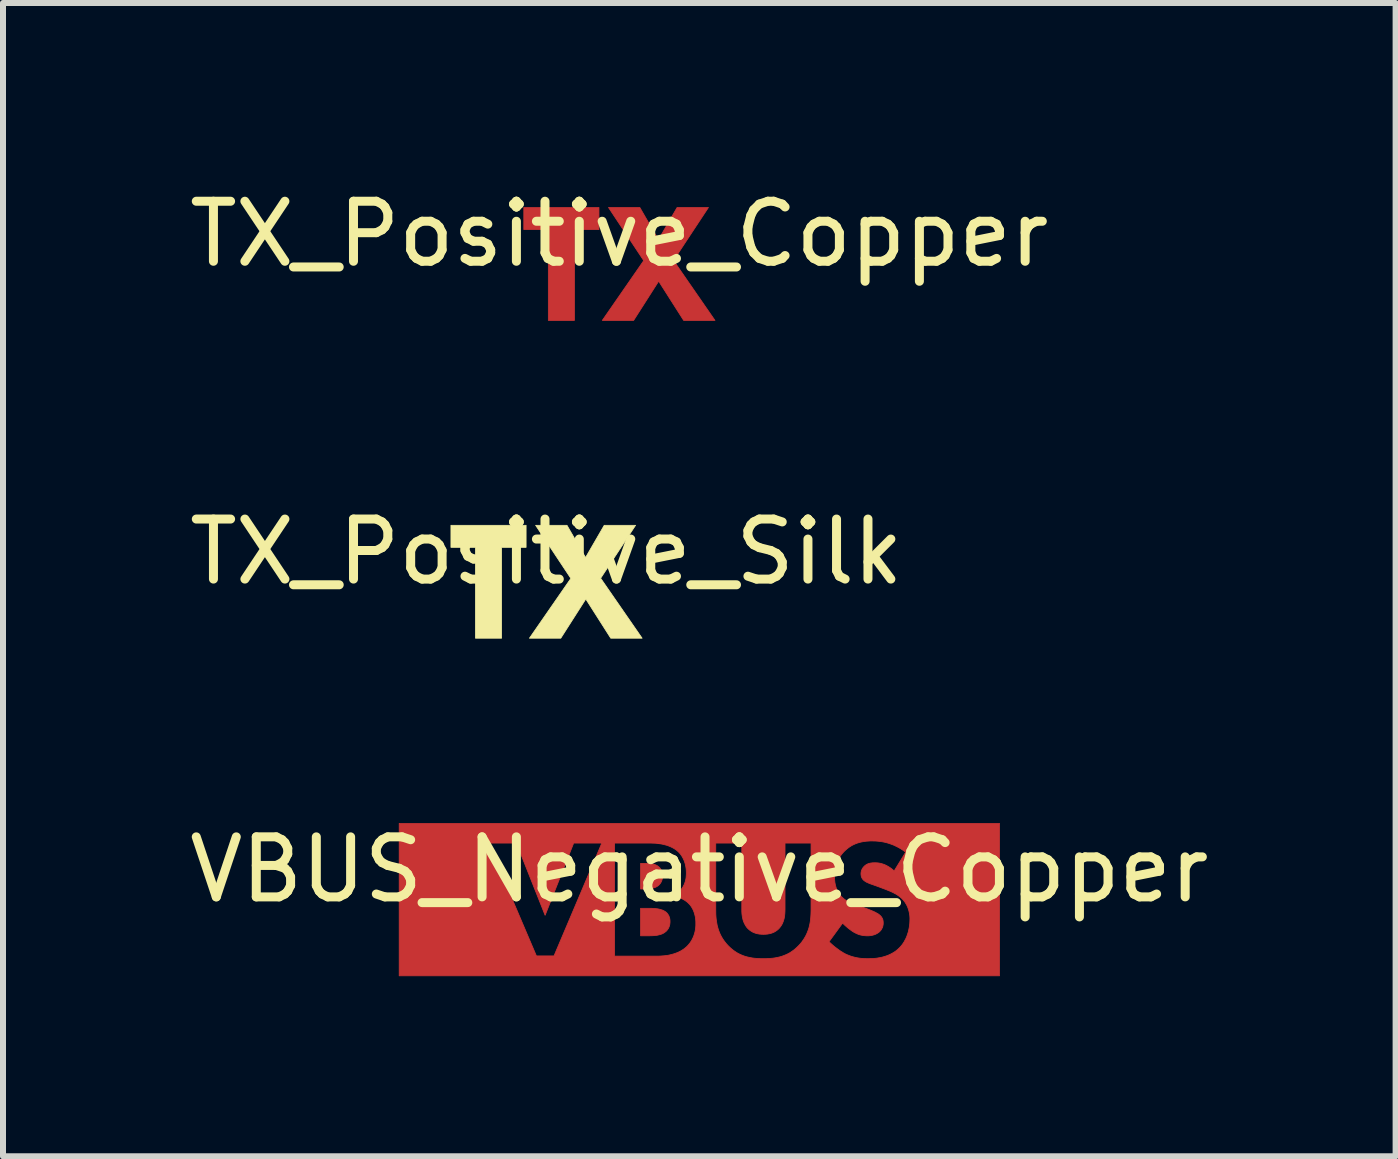
<source format=kicad_pcb>
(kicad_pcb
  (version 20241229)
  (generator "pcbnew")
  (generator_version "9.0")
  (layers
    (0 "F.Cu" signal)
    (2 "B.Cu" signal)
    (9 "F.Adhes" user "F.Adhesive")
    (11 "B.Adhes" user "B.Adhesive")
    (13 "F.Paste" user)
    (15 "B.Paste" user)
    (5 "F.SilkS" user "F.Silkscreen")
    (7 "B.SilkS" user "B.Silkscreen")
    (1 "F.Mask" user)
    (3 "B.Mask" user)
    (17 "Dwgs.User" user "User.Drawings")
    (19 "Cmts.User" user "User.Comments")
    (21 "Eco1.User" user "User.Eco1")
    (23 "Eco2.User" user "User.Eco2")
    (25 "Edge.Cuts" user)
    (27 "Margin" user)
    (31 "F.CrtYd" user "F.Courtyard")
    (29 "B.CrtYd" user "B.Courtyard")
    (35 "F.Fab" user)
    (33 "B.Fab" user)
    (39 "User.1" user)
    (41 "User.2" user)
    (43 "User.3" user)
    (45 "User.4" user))
  (footprint "VBUS_Negative_Copper"
    (layer "F.Cu")
    (at 8.601 11.938)
    (property "Reference" "VBUS_Negative_Copper" (at 0 -0.5 0) (unlocked yes) (layer "F.SilkS") (effects (font (size 1 1) (thickness 0.15))))
    (fp_poly (pts (xy -0.823 0.145) (xy -0.784 0.146) (xy -0.763 0.147) (xy -0.742 0.148) (xy -0.721 0.151) (xy -0.699 0.153) (xy -0.678 0.157) (xy -0.657 0.162) (xy -0.637 0.168) (xy -0.617 0.174) (xy -0.598 0.182) (xy -0.58 0.192) (xy -0.571 0.197) (xy -0.563 0.203) (xy -0.555 0.209) (xy -0.548 0.215) (xy -0.543 0.22) (xy -0.537 0.226) (xy -0.532 0.232) (xy -0.527 0.238) (xy -0.522 0.246) (xy -0.517 0.254) (xy -0.512 0.262) (xy -0.507 0.271) (xy -0.503 0.281) (xy -0.5 0.291) (xy -0.496 0.302) (xy -0.493 0.314) (xy -0.491 0.326) (xy -0.489 0.339) (xy -0.488 0.353) (xy -0.488 0.367) (xy -0.488 0.379) (xy -0.489 0.392) (xy -0.491 0.403) (xy -0.492 0.415) (xy -0.495 0.426) (xy -0.498 0.437) (xy -0.501 0.448) (xy -0.505 0.458) (xy -0.51 0.468) (xy -0.514 0.478) (xy -0.52 0.487) (xy -0.525 0.495) (xy -0.531 0.504) (xy -0.538 0.511) (xy -0.544 0.519) (xy -0.551 0.526) (xy -0.559 0.533) (xy -0.567 0.539) (xy -0.575 0.545) (xy -0.583 0.551) (xy -0.601 0.562) (xy -0.619 0.571) (xy -0.638 0.578) (xy -0.658 0.584) (xy -0.679 0.589) (xy -0.7 0.594) (xy -0.722 0.597) (xy -0.743 0.599) (xy -0.765 0.601) (xy -0.787 0.602) (xy -0.83 0.603) (xy -0.873 0.603) (xy -0.978 0.603) (xy -0.978 0.145) (xy -0.858 0.145)) (stroke (width 0.013) (type solid)) (fill yes) (layer "F.Cu"))
    (fp_poly (pts (xy -0.882 -0.603) (xy -0.852 -0.602) (xy -0.837 -0.602) (xy -0.823 -0.601) (xy -0.808 -0.599) (xy -0.793 -0.597) (xy -0.779 -0.594) (xy -0.764 -0.591) (xy -0.75 -0.587) (xy -0.737 -0.582) (xy -0.723 -0.577) (xy -0.71 -0.57) (xy -0.698 -0.563) (xy -0.692 -0.558) (xy -0.686 -0.554) (xy -0.679 -0.549) (xy -0.672 -0.543) (xy -0.666 -0.537) (xy -0.659 -0.53) (xy -0.653 -0.522) (xy -0.647 -0.514) (xy -0.641 -0.505) (xy -0.635 -0.496) (xy -0.63 -0.485) (xy -0.626 -0.474) (xy -0.622 -0.463) (xy -0.618 -0.451) (xy -0.615 -0.438) (xy -0.613 -0.424) (xy -0.612 -0.41) (xy -0.611 -0.395) (xy -0.612 -0.388) (xy -0.612 -0.38) (xy -0.612 -0.373) (xy -0.613 -0.366) (xy -0.614 -0.359) (xy -0.615 -0.352) (xy -0.617 -0.345) (xy -0.618 -0.339) (xy -0.62 -0.333) (xy -0.622 -0.326) (xy -0.624 -0.32) (xy -0.626 -0.314) (xy -0.628 -0.309) (xy -0.63 -0.303) (xy -0.633 -0.298) (xy -0.636 -0.292) (xy -0.641 -0.282) (xy -0.647 -0.273) (xy -0.654 -0.264) (xy -0.661 -0.256) (xy -0.667 -0.248) (xy -0.675 -0.241) (xy -0.682 -0.235) (xy -0.689 -0.229) (xy -0.701 -0.221) (xy -0.713 -0.214) (xy -0.726 -0.207) (xy -0.74 -0.202) (xy -0.754 -0.197) (xy -0.769 -0.192) (xy -0.784 -0.189) (xy -0.798 -0.186) (xy -0.813 -0.183) (xy -0.828 -0.181) (xy -0.843 -0.179) (xy -0.857 -0.178) (xy -0.884 -0.177) (xy -0.908 -0.176) (xy -0.978 -0.176) (xy -0.978 -0.603) (xy -0.911 -0.603)) (stroke (width 0.013) (type solid)) (fill yes) (layer "F.Cu"))
    (fp_poly (pts (xy 5.001 1.27) (xy -5 1.27) (xy -5 0.942) (xy -1.412 0.942) (xy -0.703 0.942) (xy -0.655 0.941) (xy -0.598 0.937) (xy -0.567 0.934) (xy -0.536 0.93) (xy -0.503 0.924) (xy -0.469 0.916) (xy -0.435 0.907) (xy -0.401 0.896) (xy -0.366 0.883) (xy -0.333 0.868) (xy -0.299 0.85) (xy -0.267 0.829) (xy -0.251 0.818) (xy -0.236 0.806) (xy -0.221 0.793) (xy -0.206 0.78) (xy -0.192 0.765) (xy -0.178 0.75) (xy -0.165 0.733) (xy -0.151 0.716) (xy -0.139 0.697) (xy -0.126 0.677) (xy -0.115 0.655) (xy -0.104 0.633) (xy -0.094 0.609) (xy -0.085 0.583) (xy -0.077 0.556) (xy -0.07 0.528) (xy -0.065 0.498) (xy -0.061 0.467) (xy -0.058 0.433) (xy -0.058 0.399) (xy -0.058 0.368) (xy -0.06 0.339) (xy -0.063 0.312) (xy -0.067 0.285) (xy -0.073 0.26) (xy -0.079 0.236) (xy -0.086 0.214) (xy -0.094 0.193) (xy -0.102 0.173) (xy 0.274 0.173) (xy 0.275 0.242) (xy 0.277 0.278) (xy 0.28 0.315) (xy 0.285 0.352) (xy 0.291 0.39) (xy 0.298 0.429) (xy 0.308 0.467) (xy 0.32 0.506) (xy 0.334 0.544) (xy 0.351 0.583) (xy 0.371 0.621) (xy 0.394 0.659) (xy 0.42 0.696) (xy 0.449 0.733) (xy 0.482 0.769) (xy 0.516 0.802) (xy 0.551 0.832) (xy 0.586 0.858) (xy 0.622 0.882) (xy 0.658 0.902) (xy 0.694 0.919) (xy 0.731 0.934) (xy 0.768 0.947) (xy 0.806 0.957) (xy 0.843 0.965) (xy 0.881 0.972) (xy 0.918 0.977) (xy 0.956 0.98) (xy 0.993 0.983) (xy 1.031 0.984) (xy 1.068 0.984) (xy 1.105 0.984) (xy 1.142 0.983) (xy 1.18 0.98) (xy 1.217 0.977) (xy 1.255 0.972) (xy 1.292 0.965) (xy 1.33 0.957) (xy 1.367 0.947) (xy 1.404 0.934) (xy 1.441 0.919) (xy 1.478 0.902) (xy 1.514 0.882) (xy 1.549 0.858) (xy 1.585 0.832) (xy 1.619 0.802) (xy 1.653 0.769) (xy 1.687 0.732) (xy 1.711 0.702) (xy 2.161 0.702) (xy 2.19 0.729) (xy 2.221 0.757) (xy 2.254 0.785) (xy 2.29 0.812) (xy 2.326 0.839) (xy 2.345 0.852) (xy 2.363 0.864) (xy 2.382 0.875) (xy 2.4 0.887) (xy 2.419 0.897) (xy 2.437 0.907) (xy 2.459 0.917) (xy 2.482 0.926) (xy 2.504 0.935) (xy 2.527 0.943) (xy 2.549 0.95) (xy 2.572 0.956) (xy 2.595 0.962) (xy 2.618 0.967) (xy 2.641 0.971) (xy 2.665 0.975) (xy 2.689 0.978) (xy 2.712 0.98) (xy 2.736 0.982) (xy 2.761 0.983) (xy 2.786 0.984) (xy 2.81 0.984) (xy 2.862 0.983) (xy 2.891 0.982) (xy 2.923 0.979) (xy 2.955 0.976) (xy 2.99 0.97) (xy 3.025 0.964) (xy 3.061 0.955) (xy 3.098 0.944) (xy 3.134 0.932) (xy 3.171 0.916) (xy 3.207 0.898) (xy 3.243 0.877) (xy 3.261 0.865) (xy 3.278 0.853) (xy 3.295 0.839) (xy 3.311 0.825) (xy 3.327 0.81) (xy 3.343 0.794) (xy 3.361 0.774) (xy 3.379 0.752) (xy 3.395 0.729) (xy 3.411 0.705) (xy 3.425 0.679) (xy 3.439 0.653) (xy 3.452 0.625) (xy 3.463 0.595) (xy 3.473 0.565) (xy 3.483 0.534) (xy 3.49 0.501) (xy 3.497 0.468) (xy 3.502 0.434) (xy 3.506 0.4) (xy 3.508 0.364) (xy 3.509 0.328) (xy 3.509 0.307) (xy 3.508 0.286) (xy 3.506 0.264) (xy 3.503 0.242) (xy 3.499 0.22) (xy 3.494 0.197) (xy 3.488 0.175) (xy 3.481 0.152) (xy 3.473 0.13) (xy 3.463 0.107) (xy 3.452 0.085) (xy 3.439 0.063) (xy 3.425 0.041) (xy 3.409 0.02) (xy 3.391 -0.001) (xy 3.371 -0.021) (xy 3.357 -0.034) (xy 3.342 -0.046) (xy 3.327 -0.058) (xy 3.311 -0.069) (xy 3.295 -0.08) (xy 3.279 -0.09) (xy 3.262 -0.099) (xy 3.245 -0.108) (xy 3.228 -0.117) (xy 3.211 -0.125) (xy 3.178 -0.14) (xy 3.145 -0.153) (xy 3.114 -0.166) (xy 2.973 -0.219) (xy 2.889 -0.249) (xy 2.854 -0.261) (xy 2.839 -0.267) (xy 2.824 -0.273) (xy 2.811 -0.279) (xy 2.798 -0.285) (xy 2.786 -0.29) (xy 2.775 -0.297) (xy 2.764 -0.303) (xy 2.755 -0.31) (xy 2.745 -0.317) (xy 2.736 -0.325) (xy 2.731 -0.33) (xy 2.726 -0.335) (xy 2.722 -0.341) (xy 2.718 -0.347) (xy 2.714 -0.352) (xy 2.711 -0.358) (xy 2.707 -0.365) (xy 2.705 -0.371) (xy 2.702 -0.377) (xy 2.7 -0.384) (xy 2.698 -0.391) (xy 2.697 -0.398) (xy 2.696 -0.406) (xy 2.695 -0.414) (xy 2.694 -0.422) (xy 2.694 -0.43) (xy 2.694 -0.44) (xy 2.695 -0.449) (xy 2.696 -0.457) (xy 2.698 -0.466) (xy 2.7 -0.474) (xy 2.702 -0.483) (xy 2.705 -0.491) (xy 2.708 -0.498) (xy 2.712 -0.506) (xy 2.715 -0.513) (xy 2.72 -0.52) (xy 2.724 -0.527) (xy 2.728 -0.533) (xy 2.733 -0.539) (xy 2.738 -0.545) (xy 2.743 -0.55) (xy 2.748 -0.555) (xy 2.753 -0.56) (xy 2.758 -0.565) (xy 2.763 -0.569) (xy 2.774 -0.577) (xy 2.785 -0.584) (xy 2.796 -0.59) (xy 2.807 -0.595) (xy 2.819 -0.6) (xy 2.831 -0.603) (xy 2.843 -0.606) (xy 2.856 -0.609) (xy 2.868 -0.61) (xy 2.88 -0.612) (xy 2.892 -0.613) (xy 2.904 -0.613) (xy 2.927 -0.614) (xy 2.951 -0.613) (xy 2.965 -0.612) (xy 2.98 -0.611) (xy 2.997 -0.608) (xy 3.015 -0.605) (xy 3.034 -0.6) (xy 3.054 -0.594) (xy 3.075 -0.587) (xy 3.097 -0.578) (xy 3.12 -0.567) (xy 3.143 -0.554) (xy 3.168 -0.539) (xy 3.193 -0.522) (xy 3.218 -0.502) (xy 3.244 -0.48) (xy 3.244 -0.473) (xy 3.438 -0.79) (xy 3.398 -0.82) (xy 3.357 -0.846) (xy 3.317 -0.869) (xy 3.277 -0.889) (xy 3.239 -0.907) (xy 3.2 -0.922) (xy 3.163 -0.935) (xy 3.127 -0.946) (xy 3.091 -0.955) (xy 3.057 -0.962) (xy 3.024 -0.967) (xy 2.992 -0.971) (xy 2.962 -0.974) (xy 2.934 -0.976) (xy 2.881 -0.977) (xy 2.848 -0.977) (xy 2.816 -0.975) (xy 2.784 -0.973) (xy 2.753 -0.969) (xy 2.722 -0.964) (xy 2.692 -0.958) (xy 2.662 -0.95) (xy 2.632 -0.941) (xy 2.603 -0.93) (xy 2.575 -0.918) (xy 2.547 -0.904) (xy 2.52 -0.888) (xy 2.493 -0.87) (xy 2.467 -0.85) (xy 2.441 -0.828) (xy 2.415 -0.804) (xy 2.395 -0.782) (xy 2.376 -0.76) (xy 2.358 -0.736) (xy 2.342 -0.712) (xy 2.328 -0.688) (xy 2.314 -0.663) (xy 2.303 -0.637) (xy 2.292 -0.611) (xy 2.283 -0.584) (xy 2.275 -0.557) (xy 2.268 -0.529) (xy 2.263 -0.501) (xy 2.258 -0.472) (xy 2.255 -0.442) (xy 2.254 -0.412) (xy 2.253 -0.381) (xy 2.254 -0.345) (xy 2.255 -0.326) (xy 2.257 -0.306) (xy 2.259 -0.286) (xy 2.263 -0.265) (xy 2.267 -0.244) (xy 2.273 -0.222) (xy 2.279 -0.201) (xy 2.287 -0.179) (xy 2.296 -0.157) (xy 2.307 -0.136) (xy 2.319 -0.115) (xy 2.333 -0.094) (xy 2.348 -0.073) (xy 2.366 -0.053) (xy 2.38 -0.039) (xy 2.394 -0.026) (xy 2.409 -0.013) (xy 2.424 -0.001) (xy 2.44 0.009) (xy 2.456 0.02) (xy 2.473 0.029) (xy 2.49 0.038) (xy 2.507 0.047) (xy 2.524 0.055) (xy 2.559 0.07) (xy 2.593 0.083) (xy 2.627 0.095) (xy 2.782 0.148) (xy 2.832 0.168) (xy 2.862 0.18) (xy 2.893 0.193) (xy 2.924 0.207) (xy 2.939 0.215) (xy 2.953 0.223) (xy 2.967 0.23) (xy 2.98 0.238) (xy 2.991 0.246) (xy 3.001 0.254) (xy 3.008 0.26) (xy 3.015 0.266) (xy 3.021 0.273) (xy 3.027 0.279) (xy 3.033 0.286) (xy 3.038 0.294) (xy 3.043 0.301) (xy 3.047 0.309) (xy 3.051 0.317) (xy 3.055 0.326) (xy 3.058 0.335) (xy 3.06 0.345) (xy 3.062 0.355) (xy 3.063 0.365) (xy 3.064 0.376) (xy 3.064 0.388) (xy 3.064 0.395) (xy 3.064 0.401) (xy 3.064 0.407) (xy 3.063 0.414) (xy 3.062 0.42) (xy 3.061 0.426) (xy 3.06 0.431) (xy 3.059 0.437) (xy 3.058 0.443) (xy 3.056 0.448) (xy 3.053 0.459) (xy 3.049 0.469) (xy 3.044 0.478) (xy 3.039 0.488) (xy 3.034 0.496) (xy 3.029 0.505) (xy 3.023 0.513) (xy 3.017 0.52) (xy 3.01 0.527) (xy 3.004 0.534) (xy 2.997 0.54) (xy 2.985 0.549) (xy 2.973 0.558) (xy 2.96 0.565) (xy 2.948 0.572) (xy 2.935 0.578) (xy 2.922 0.583) (xy 2.909 0.588) (xy 2.896 0.591) (xy 2.883 0.595) (xy 2.87 0.597) (xy 2.858 0.599) (xy 2.846 0.601) (xy 2.834 0.602) (xy 2.822 0.603) (xy 2.811 0.603) (xy 2.8 0.603) (xy 2.784 0.603) (xy 2.767 0.602) (xy 2.752 0.601) (xy 2.736 0.599) (xy 2.721 0.597) (xy 2.706 0.594) (xy 2.691 0.591) (xy 2.676 0.587) (xy 2.662 0.583) (xy 2.648 0.578) (xy 2.633 0.572) (xy 2.619 0.566) (xy 2.605 0.559) (xy 2.591 0.552) (xy 2.577 0.545) (xy 2.564 0.536) (xy 2.553 0.53) (xy 2.543 0.523) (xy 2.532 0.515) (xy 2.521 0.507) (xy 2.498 0.49) (xy 2.474 0.471) (xy 2.451 0.451) (xy 2.428 0.431) (xy 2.407 0.411) (xy 2.387 0.392) (xy 2.161 0.702) (xy 1.711 0.702) (xy 1.716 0.695) (xy 1.742 0.657) (xy 1.765 0.619) (xy 1.785 0.581) (xy 1.801 0.543) (xy 1.816 0.504) (xy 1.828 0.466) (xy 1.837 0.427) (xy 1.845 0.389) (xy 1.851 0.352) (xy 1.855 0.315) (xy 1.858 0.278) (xy 1.86 0.242) (xy 1.862 0.173) (xy 1.862 -0.942) (xy 1.428 -0.942) (xy 1.428 0.162) (xy 1.427 0.196) (xy 1.425 0.234) (xy 1.423 0.254) (xy 1.421 0.275) (xy 1.417 0.296) (xy 1.413 0.317) (xy 1.407 0.338) (xy 1.4 0.36) (xy 1.392 0.381) (xy 1.383 0.402) (xy 1.372 0.422) (xy 1.359 0.442) (xy 1.352 0.452) (xy 1.345 0.461) (xy 1.337 0.471) (xy 1.329 0.48) (xy 1.322 0.487) (xy 1.315 0.494) (xy 1.3 0.507) (xy 1.284 0.519) (xy 1.268 0.529) (xy 1.252 0.539) (xy 1.235 0.547) (xy 1.218 0.554) (xy 1.201 0.56) (xy 1.184 0.565) (xy 1.166 0.569) (xy 1.149 0.572) (xy 1.132 0.575) (xy 1.116 0.576) (xy 1.099 0.578) (xy 1.083 0.578) (xy 1.068 0.579) (xy 1.052 0.578) (xy 1.036 0.578) (xy 1.02 0.576) (xy 1.004 0.575) (xy 0.987 0.572) (xy 0.97 0.569) (xy 0.953 0.565) (xy 0.936 0.56) (xy 0.919 0.554) (xy 0.902 0.547) (xy 0.885 0.539) (xy 0.869 0.529) (xy 0.853 0.519) (xy 0.837 0.507) (xy 0.822 0.494) (xy 0.807 0.48) (xy 0.798 0.47) (xy 0.79 0.461) (xy 0.783 0.451) (xy 0.776 0.441) (xy 0.764 0.421) (xy 0.753 0.4) (xy 0.743 0.379) (xy 0.735 0.357) (xy 0.728 0.336) (xy 0.723 0.314) (xy 0.718 0.293) (xy 0.715 0.272) (xy 0.712 0.252) (xy 0.71 0.232) (xy 0.709 0.213) (xy 0.708 0.195) (xy 0.708 0.162) (xy 0.708 -0.942) (xy 0.274 -0.942) (xy 0.274 0.173) (xy -0.102 0.173) (xy -0.102 0.173) (xy -0.112 0.154) (xy -0.122 0.136) (xy -0.132 0.119) (xy -0.143 0.104) (xy -0.154 0.089) (xy -0.166 0.076) (xy -0.178 0.064) (xy -0.191 0.051) (xy -0.205 0.039) (xy -0.22 0.028) (xy -0.235 0.017) (xy -0.251 0.007) (xy -0.267 -0.002) (xy -0.283 -0.011) (xy -0.3 -0.02) (xy -0.317 -0.028) (xy -0.334 -0.035) (xy -0.352 -0.041) (xy -0.369 -0.047) (xy -0.386 -0.052) (xy -0.404 -0.057) (xy -0.421 -0.06) (xy -0.439 -0.064) (xy -0.43 -0.067) (xy -0.421 -0.071) (xy -0.411 -0.076) (xy -0.401 -0.082) (xy -0.391 -0.088) (xy -0.381 -0.094) (xy -0.371 -0.102) (xy -0.361 -0.11) (xy -0.35 -0.119) (xy -0.34 -0.128) (xy -0.329 -0.138) (xy -0.319 -0.149) (xy -0.309 -0.161) (xy -0.299 -0.174) (xy -0.289 -0.187) (xy -0.28 -0.201) (xy -0.27 -0.216) (xy -0.262 -0.232) (xy -0.254 -0.247) (xy -0.248 -0.262) (xy -0.242 -0.278) (xy -0.236 -0.293) (xy -0.232 -0.308) (xy -0.228 -0.324) (xy -0.225 -0.339) (xy -0.222 -0.354) (xy -0.22 -0.369) (xy -0.219 -0.384) (xy -0.218 -0.398) (xy -0.217 -0.413) (xy -0.216 -0.441) (xy -0.217 -0.475) (xy -0.218 -0.494) (xy -0.22 -0.515) (xy -0.223 -0.536) (xy -0.227 -0.559) (xy -0.232 -0.582) (xy -0.238 -0.606) (xy -0.246 -0.63) (xy -0.255 -0.655) (xy -0.266 -0.679) (xy -0.279 -0.704) (xy -0.293 -0.728) (xy -0.31 -0.752) (xy -0.319 -0.764) (xy -0.329 -0.775) (xy -0.339 -0.786) (xy -0.35 -0.797) (xy -0.365 -0.81) (xy -0.379 -0.822) (xy -0.394 -0.833) (xy -0.409 -0.843) (xy -0.425 -0.853) (xy -0.441 -0.862) (xy -0.473 -0.878) (xy -0.507 -0.892) (xy -0.54 -0.904) (xy -0.574 -0.913) (xy -0.607 -0.921) (xy -0.64 -0.928) (xy -0.672 -0.932) (xy -0.703 -0.936) (xy -0.733 -0.939) (xy -0.786 -0.941) (xy -0.83 -0.942) (xy -1.412 -0.942) (xy -1.412 0.942) (xy -5 0.942) (xy -5 -0.942) (xy -3.515 -0.942) (xy -2.714 0.938) (xy -2.421 0.938) (xy -1.624 -0.942) (xy -2.093 -0.942) (xy -2.569 0.261) (xy -3.046 -0.942) (xy -3.515 -0.942) (xy -5 -0.942) (xy -5 -1.27) (xy 5.001 -1.27)) (stroke (width 0.013) (type solid)) (fill yes) (layer "F.Cu")))
  (footprint "TX_Positive_Silk"
    (layer "F.Cu")
    (at 6.054 6.643)
    (property "Reference" "TX_Positive_Silk" (at 0 -0.5 0) (unlocked yes) (layer "F.SilkS") (effects (font (size 1 1) (thickness 0.15))))
    (fp_poly (pts (xy -0.339 -0.574) (xy -0.748 -0.574) (xy -0.748 0.94) (xy -1.182 0.94) (xy -1.182 -0.574) (xy -1.591 -0.574) (xy -1.591 -0.941) (xy -0.339 -0.941)) (stroke (width 0.013) (type solid)) (fill yes) (layer "F.SilkS"))
    (fp_poly (pts (xy 0.652 -0.404) (xy 0.963 -0.941) (xy 1.485 -0.941) (xy 0.903 -0.059) (xy 1.594 0.94) (xy 1.072 0.94) (xy 0.656 0.287) (xy 0.239 0.94) (xy -0.283 0.94) (xy 0.409 -0.059) (xy 0.405 -0.059) (xy -0.18 -0.941) (xy 0.342 -0.941)) (stroke (width 0.013) (type solid)) (fill yes) (layer "F.SilkS")))
  (footprint "TX_Positive_Copper"
    (layer "F.Cu")
    (at 7.268 1.348)
    (property "Reference" "TX_Positive_Copper" (at 0 -0.5 0) (unlocked yes) (layer "F.SilkS") (effects (font (size 1 1) (thickness 0.15))))
    (fp_poly (pts (xy -0.339 -0.574) (xy -0.748 -0.574) (xy -0.748 0.94) (xy -1.182 0.94) (xy -1.182 -0.574) (xy -1.591 -0.574) (xy -1.591 -0.941) (xy -0.339 -0.941)) (stroke (width 0.013) (type solid)) (fill yes) (layer "F.Cu"))
    (fp_poly (pts (xy 0.652 -0.404) (xy 0.963 -0.941) (xy 1.485 -0.941) (xy 0.903 -0.059) (xy 1.594 0.94) (xy 1.072 0.94) (xy 0.656 0.287) (xy 0.239 0.94) (xy -0.283 0.94) (xy 0.409 -0.059) (xy 0.405 -0.059) (xy -0.18 -0.941) (xy 0.342 -0.941)) (stroke (width 0.013) (type solid)) (fill yes) (layer "F.Cu")))
  (gr_rect
    (start -3 -3)
    (end 20.202 16.214)
    (stroke (width 0.1) (type default))
    (fill no)
    (layer "Edge.Cuts")))
</source>
